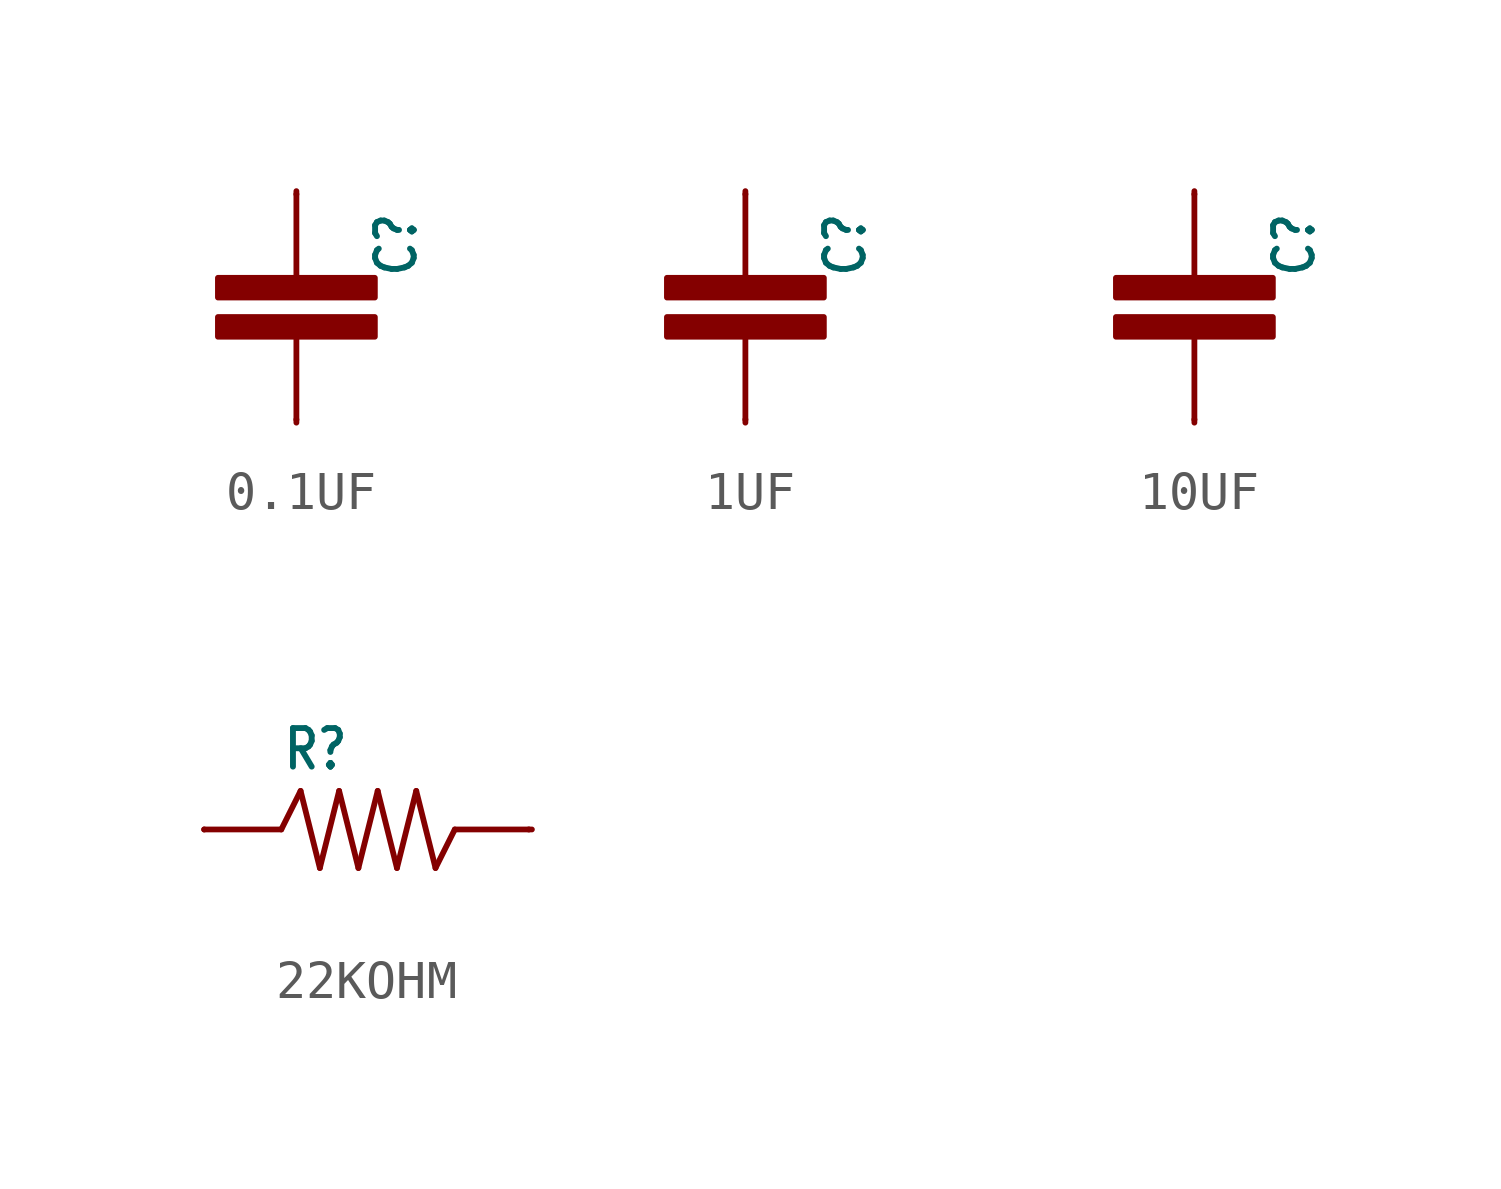
<source format=kicad_sym>
(kicad_symbol_lib
  (version 20241209)
  (generator "kicad_symbol_editor")
  (generator_version "9.0")
  (symbol "0.1UF"
    (property "Reference" "C"
      (at 2 -0.5 90)
      (effects (font (size 1 0.85)) (justify right top)))
    (property "Value" ""
      (at -3 -0.5 90)
      (effects (font (size 1 0.85)) (justify right top)))
    (property "ki_locked" ""
      (at 0 0 0)
      (effects (font (size 1.27 1.27))))
    (symbol "0.1UF_1_0"
      (rectangle (start -2.032 -2.756) (end 2.032 -2.248) (stroke (width 0) (type default)) (fill (type outline)))
      (rectangle (start -2.032 -3.772) (end 2.032 -3.264) (stroke (width 0) (type default)) (fill (type outline)))
      (polyline (pts (xy 0 -2.5) (xy 0 0)) (stroke (width 0.15) (type solid)) (fill (type none)))
      (polyline (pts (xy 0 -3.5) (xy 0 -6)) (stroke (width 0.15) (type solid)) (fill (type none)))
      (pin bidirectional line (at 0 -0.08 270) (length 0) (name "1" (effects (font (size 0 0)))) (number "2" (effects (font (size 0 0)))))
      (pin bidirectional line (at 0 -5.92 90) (length 0) (name "2" (effects (font (size 0 0)))) (number "1" (effects (font (size 0 0)))))))
  (symbol "1UF"
    (property "Reference" "C"
      (at 2 -0.5 90)
      (effects (font (size 1 0.85)) (justify right top)))
    (property "Value" ""
      (at -3 -0.5 90)
      (effects (font (size 1 0.85)) (justify right top)))
    (property "ki_locked" ""
      (at 0 0 0)
      (effects (font (size 1.27 1.27))))
    (symbol "1UF_1_0"
      (rectangle (start -2.032 -2.756) (end 2.032 -2.248) (stroke (width 0) (type default)) (fill (type outline)))
      (rectangle (start -2.032 -3.772) (end 2.032 -3.264) (stroke (width 0) (type default)) (fill (type outline)))
      (polyline (pts (xy 0 -2.5) (xy 0 0)) (stroke (width 0.15) (type solid)) (fill (type none)))
      (polyline (pts (xy 0 -3.5) (xy 0 -6)) (stroke (width 0.15) (type solid)) (fill (type none)))
      (pin bidirectional line (at 0 -0.08 270) (length 0) (name "1" (effects (font (size 0 0)))) (number "2" (effects (font (size 0 0)))))
      (pin bidirectional line (at 0 -5.92 90) (length 0) (name "2" (effects (font (size 0 0)))) (number "1" (effects (font (size 0 0)))))))
  (symbol "10UF"
    (property "Reference" "C"
      (at 2 -0.5 90)
      (effects (font (size 1 0.85)) (justify right top)))
    (property "Value" ""
      (at -3 -0.5 90)
      (effects (font (size 1 0.85)) (justify right top)))
    (property "ki_locked" ""
      (at 0 0 0)
      (effects (font (size 1.27 1.27))))
    (symbol "10UF_1_0"
      (rectangle (start -2.032 -2.756) (end 2.032 -2.248) (stroke (width 0) (type default)) (fill (type outline)))
      (rectangle (start -2.032 -3.772) (end 2.032 -3.264) (stroke (width 0) (type default)) (fill (type outline)))
      (polyline (pts (xy 0 -2.5) (xy 0 0)) (stroke (width 0.15) (type solid)) (fill (type none)))
      (polyline (pts (xy 0 -3.5) (xy 0 -6)) (stroke (width 0.15) (type solid)) (fill (type none)))
      (pin bidirectional line (at 0 -0.08 270) (length 0) (name "1" (effects (font (size 0 0)))) (number "2" (effects (font (size 0 0)))))
      (pin bidirectional line (at 0 -5.92 90) (length 0) (name "2" (effects (font (size 0 0)))) (number "1" (effects (font (size 0 0)))))))
  (symbol "22KOHM"
    (property "Reference" "R"
      (at 2 1.5 0)
      (effects (font (size 1 0.85)) (justify left bottom)))
    (property "Value" ""
      (at 2 -2.5 0)
      (effects (font (size 1 0.85)) (justify left bottom)))
    (property "ki_locked" ""
      (at 0 0 0)
      (effects (font (size 1.27 1.27))))
    (symbol "22KOHM_1_0"
      (polyline (pts (xy 0 0) (xy 2 0)) (stroke (width 0.15) (type solid)) (fill (type none)))
      (polyline (pts (xy 2 0) (xy 2.5 1)) (stroke (width 0.15) (type solid)) (fill (type none)))
      (polyline (pts (xy 2.5 1) (xy 3 -1)) (stroke (width 0.15) (type solid)) (fill (type none)))
      (polyline (pts (xy 3 -1) (xy 3.5 1)) (stroke (width 0.15) (type solid)) (fill (type none)))
      (polyline (pts (xy 3.5 1) (xy 4 -1)) (stroke (width 0.15) (type solid)) (fill (type none)))
      (polyline (pts (xy 4 -1) (xy 4.5 1)) (stroke (width 0.15) (type solid)) (fill (type none)))
      (polyline (pts (xy 4.5 1) (xy 5 -1)) (stroke (width 0.15) (type solid)) (fill (type none)))
      (polyline (pts (xy 5 -1) (xy 5.5 1)) (stroke (width 0.15) (type solid)) (fill (type none)))
      (polyline (pts (xy 5.5 1) (xy 6 -1)) (stroke (width 0.15) (type solid)) (fill (type none)))
      (polyline (pts (xy 6 -1) (xy 6.5 0)) (stroke (width 0.15) (type solid)) (fill (type none)))
      (polyline (pts (xy 6.5 0) (xy 8.5 0)) (stroke (width 0.15) (type solid)) (fill (type none)))
      (pin bidirectional line (at 0 0 0) (length 0) (name "1" (effects (font (size 0 0)))) (number "1" (effects (font (size 0 0)))))
      (pin bidirectional line (at 8.42 0 180) (length 0) (name "2" (effects (font (size 0 0)))) (number "2" (effects (font (size 0 0))))))))
</source>
